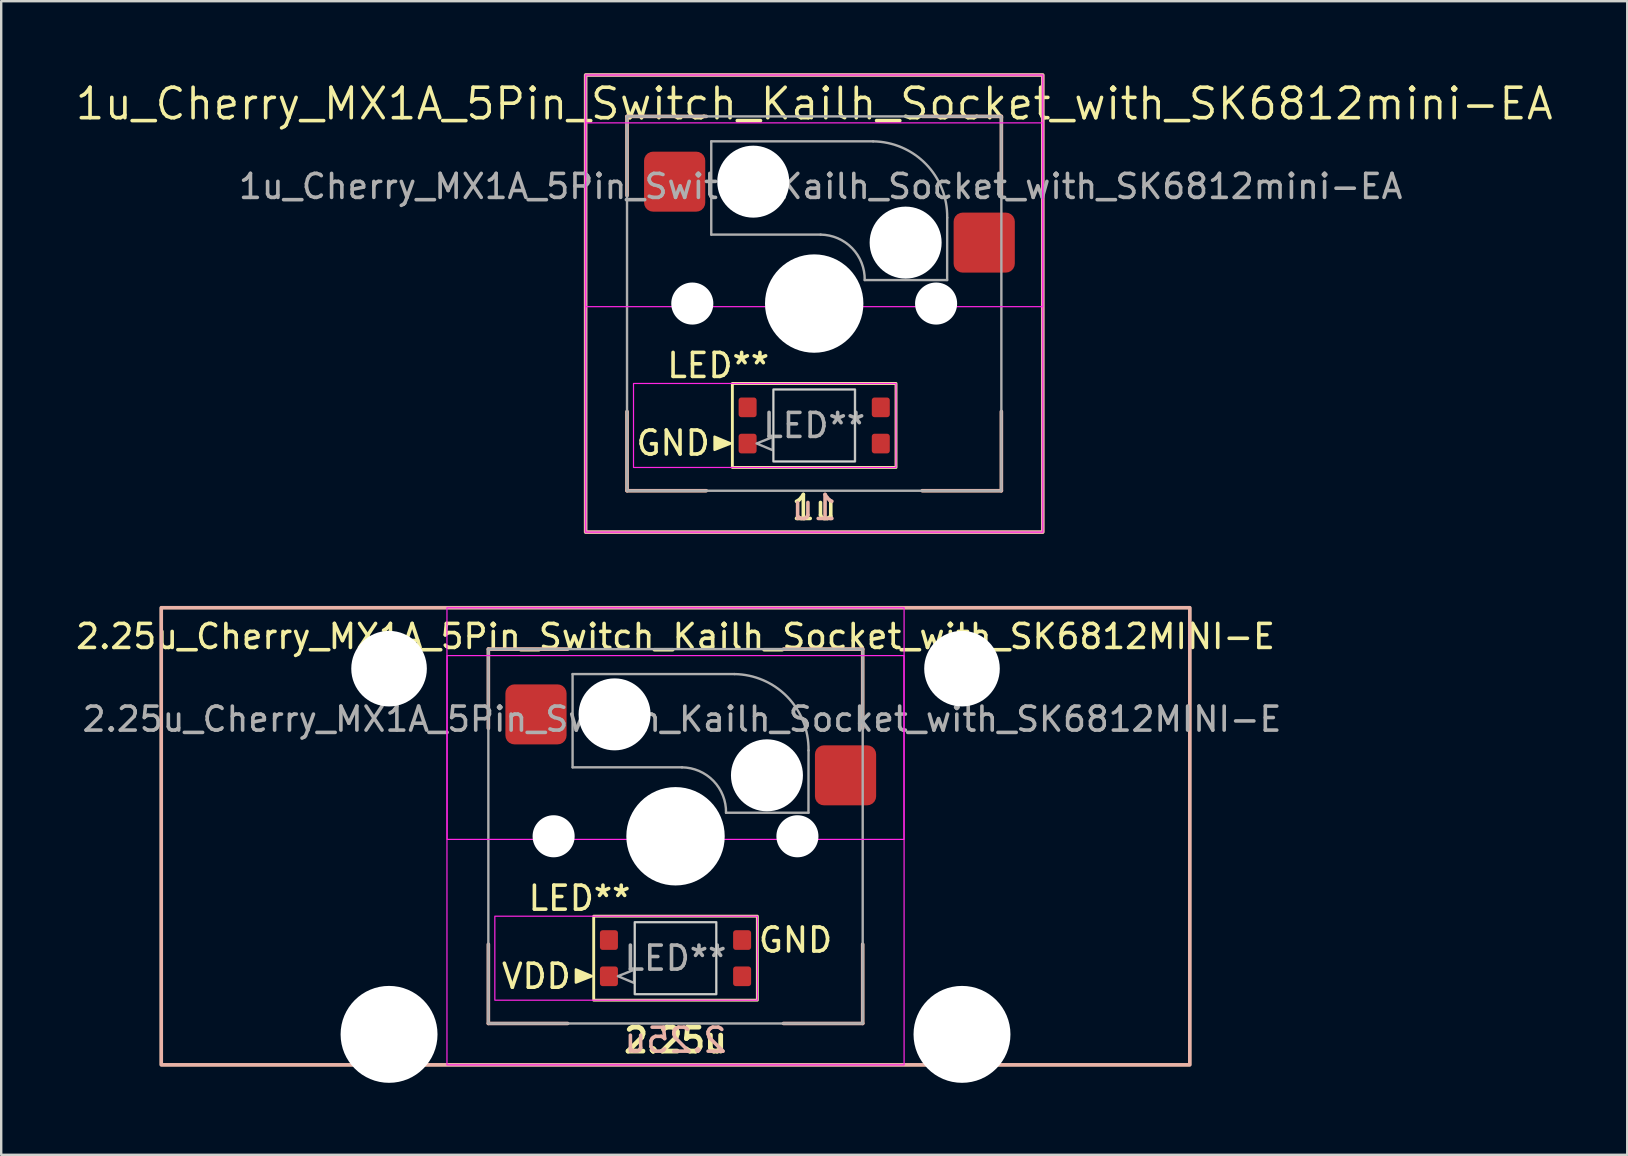
<source format=kicad_pcb>
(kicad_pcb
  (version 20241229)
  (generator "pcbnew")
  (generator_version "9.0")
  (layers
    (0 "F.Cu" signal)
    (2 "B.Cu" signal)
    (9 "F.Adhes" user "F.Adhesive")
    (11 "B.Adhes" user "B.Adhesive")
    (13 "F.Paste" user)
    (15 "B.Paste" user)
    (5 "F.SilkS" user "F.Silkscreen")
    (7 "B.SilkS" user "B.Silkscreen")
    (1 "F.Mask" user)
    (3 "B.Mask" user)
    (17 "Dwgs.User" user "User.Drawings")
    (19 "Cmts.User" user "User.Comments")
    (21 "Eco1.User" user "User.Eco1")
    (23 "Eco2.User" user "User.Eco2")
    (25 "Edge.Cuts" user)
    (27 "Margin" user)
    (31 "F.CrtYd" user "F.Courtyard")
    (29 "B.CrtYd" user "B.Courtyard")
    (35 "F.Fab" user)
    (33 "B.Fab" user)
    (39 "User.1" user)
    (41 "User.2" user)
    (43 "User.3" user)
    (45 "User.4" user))
  (footprint "2.25u_Cherry_MX1A_5Pin_Switch_Kailh_Socket_with_SK6812MINI-E"
    (layer "F.Cu")
    (at 25.101 31.8)
    (property "Reference" "2.25u_Cherry_MX1A_5Pin_Switch_Kailh_Socket_with_SK6812MINI-E" (at 0 -8.325 0) (layer "F.SilkS") (effects (font (size 1 1) (thickness 0.15))))
    (property "LED_Reference" "LED**" (at -4 2.58 0) (layer "F.SilkS") (effects (font (size 1 1) (thickness 0.15))))
    (property "Size" "2.25u" (at 0 8.5 0) (layer "F.SilkS") (effects (font (size 1 1) (thickness 0.2) (bold yes))))
    (attr smd)
    (fp_line (start -7.8 -7.8) (end -7.8 -4.5) (stroke (width 0.12) (type default)) (layer "F.SilkS"))
    (fp_line (start -7.8 -7.8) (end -4.5 -7.8) (stroke (width 0.12) (type default)) (layer "F.SilkS"))
    (fp_line (start -7.8 7.8) (end -7.8 4.5) (stroke (width 0.12) (type solid)) (layer "F.SilkS"))
    (fp_line (start -7.8 7.8) (end -4.5 7.8) (stroke (width 0.12) (type default)) (layer "F.SilkS"))
    (fp_line (start 7.8 -7.8) (end 4.5 -7.8) (stroke (width 0.12) (type default)) (layer "F.SilkS"))
    (fp_line (start 7.8 -7.8) (end 7.8 -4.5) (stroke (width 0.12) (type default)) (layer "F.SilkS"))
    (fp_line (start 7.8 7.8) (end 4.5 7.8) (stroke (width 0.12) (type default)) (layer "F.SilkS"))
    (fp_line (start 7.8 7.8) (end 7.8 4.5) (stroke (width 0.12) (type default)) (layer "F.SilkS"))
    (fp_rect (start -21.431 -9.525) (end 21.431 9.525) (stroke (width 0.12) (type default)) (fill no) (layer "F.SilkS"))
    (fp_rect (start -3.41 3.33) (end 3.41 6.83) (stroke (width 0.12) (type default)) (fill no) (layer "F.SilkS"))
    (fp_poly (pts (xy -3.48 5.83) (xy -4.153 5.547) (xy -4.153 5.55) (xy -4.153 6.097)) (stroke (width 0.1) (type solid)) (fill yes) (layer "F.SilkS"))
    (fp_line (start -7.8 -7.8) (end -7.8 -4.5) (stroke (width 0.15) (type default)) (layer "B.SilkS"))
    (fp_line (start -7.8 -7.8) (end -4.5 -7.8) (stroke (width 0.15) (type default)) (layer "B.SilkS"))
    (fp_line (start -7.8 7.8) (end -7.8 4.5) (stroke (width 0.15) (type default)) (layer "B.SilkS"))
    (fp_line (start -7.8 7.8) (end -4.5 7.8) (stroke (width 0.15) (type default)) (layer "B.SilkS"))
    (fp_line (start 7.8 -7.8) (end 4.5 -7.8) (stroke (width 0.15) (type default)) (layer "B.SilkS"))
    (fp_line (start 7.8 -7.8) (end 7.8 -4.5) (stroke (width 0.15) (type default)) (layer "B.SilkS"))
    (fp_line (start 7.8 7.8) (end 4.5 7.8) (stroke (width 0.15) (type default)) (layer "B.SilkS"))
    (fp_line (start 7.8 7.8) (end 7.8 4.5) (stroke (width 0.15) (type default)) (layer "B.SilkS"))
    (fp_rect (start -21.431 -9.525) (end 21.431 9.525) (stroke (width 0.15) (type default)) (fill no) (layer "B.SilkS"))
    (fp_rect (start -1.7 3.58) (end 1.7 6.58) (stroke (width 0.05) (type default)) (fill no) (layer "Edge.Cuts"))
    (fp_rect (start -9.525 -9.525) (end 9.525 9.525) (stroke (width 0.05) (type default)) (fill no) (layer "F.CrtYd"))
    (fp_rect (start -9.52 -7.53) (end 9.52 0.13) (stroke (width 0.05) (type default)) (fill no) (layer "F.CrtYd"))
    (fp_rect (start -7.53 3.33) (end 3.41 6.83) (stroke (width 0.05) (type default)) (fill no) (layer "F.CrtYd"))
    (fp_line (start -4.29 -2.873) (end -4.29 -6.759) (stroke (width 0.1) (type default)) (layer "F.Fab"))
    (fp_line (start 0.269 -2.873) (end -4.29 -2.873) (stroke (width 0.1) (type default)) (layer "F.Fab"))
    (fp_line (start 2.455 -6.759) (end -4.29 -6.759) (stroke (width 0.1) (type default)) (layer "F.Fab"))
    (fp_line (start 5.54 -0.98) (end 2.105 -0.98) (stroke (width 0.1) (type default)) (layer "F.Fab"))
    (fp_line (start 5.54 -0.98) (end 5.542 -3.577) (stroke (width 0.1) (type default)) (layer "F.Fab"))
    (fp_rect (start -7.8 -7.8) (end 7.8 7.8) (stroke (width 0.1) (type default)) (fill no) (layer "F.Fab"))
    (fp_rect (start -1.7 3.58) (end 1.7 6.58) (stroke (width 0.1) (type default)) (fill no) (layer "F.Fab"))
    (fp_arc (start 0.268782 -2.872715) (mid 1.580341 -2.308063) (end 2.105 -0.98) (stroke (width 0.1) (type default)) (layer "F.Fab"))
    (fp_arc (start 2.45495 -6.759322) (mid 4.66 -5.81) (end 5.542076 -3.577199) (stroke (width 0.1) (type default)) (layer "F.Fab"))
    (fp_poly (pts (xy -2.4 5.83) (xy -1.727 6.113) (xy -1.727 6.11) (xy -1.727 5.563)) (stroke (width 0.1) (type solid)) (fill no) (layer "F.Fab"))
    (fp_text user "GND" (at 5 4.325 0) (unlocked yes) (layer "F.SilkS") (effects (font (size 1 1) (thickness 0.15))))
    (fp_text user "VDD" (at -5.8 5.835 0) (unlocked yes) (layer "F.SilkS") (effects (font (size 1 1) (thickness 0.15))))
    (fp_text user "${Size}" (at 0 8.5 0) (unlocked yes) (layer "B.SilkS") (effects (font (size 1 1) (thickness 0.15)) (justify mirror)))
    (fp_text user "${LED_Reference}" (at 0 5.08 0) (unlocked yes) (layer "F.Fab") (effects (font (size 1 1) (thickness 0.15))))
    (fp_text user "${REFERENCE}" (at 0.269 -4.88 0) (layer "F.Fab") (effects (font (size 1 1) (thickness 0.15))))
    (pad "" np_thru_hole circle (at -11.938 -6.985) (size 3.15 3.15) (drill 3.15) (layers "*.Cu" "*.Mask"))
    (pad "" np_thru_hole circle (at -11.938 8.255) (size 4.039 4.039) (drill 4.039) (layers "*.Cu" "*.Mask"))
    (pad "" np_thru_hole circle (at -5.08 0) (size 1.753 1.753) (drill 1.753) (layers "*.Cu" "*.Mask"))
    (pad "" np_thru_hole circle (at -2.54 -5.08) (size 3 3) (drill 3) (layers "*.Cu" "*.Mask"))
    (pad "" np_thru_hole circle (at 0 0) (size 4.1 4.1) (drill 4.1) (layers "*.Cu" "*.Mask"))
    (pad "" np_thru_hole circle (at 3.81 -2.54) (size 3 3) (drill 3) (layers "*.Cu" "*.Mask"))
    (pad "" np_thru_hole circle (at 5.08 0) (size 1.753 1.753) (drill 1.753) (layers "*.Cu" "*.Mask"))
    (pad "" np_thru_hole circle (at 11.938 -6.985) (size 3.15 3.15) (drill 3.15) (layers "*.Cu" "*.Mask"))
    (pad "" np_thru_hole circle (at 11.938 8.255) (size 4.039 4.039) (drill 4.039) (layers "*.Cu" "*.Mask"))
    (pad "1" smd roundrect (at -2.775 5.835) (size 0.75 0.82) (layers "F.Cu" "F.Mask" "F.Paste") (roundrect_rratio 0.15))
    (pad "2" smd roundrect (at -2.775 4.325) (size 0.75 0.82) (layers "F.Cu" "F.Mask" "F.Paste") (roundrect_rratio 0.15))
    (pad "3" smd roundrect (at 2.775 4.325) (size 0.75 0.82) (layers "F.Cu" "F.Mask" "F.Paste") (roundrect_rratio 0.15))
    (pad "4" smd roundrect (at 2.775 5.835) (size 0.75 0.82) (layers "F.Cu" "F.Mask" "F.Paste") (roundrect_rratio 0.15))
    (pad "5" smd roundrect (at -5.815 -5.08) (size 2.55 2.5) (layers "F.Cu" "F.Mask" "F.Paste") (roundrect_rratio 0.15))
    (pad "6" smd roundrect (at 7.085 -2.54) (size 2.55 2.5) (layers "F.Cu" "F.Mask" "F.Paste") (roundrect_rratio 0.15)))
  (footprint "1u_Cherry_MX1A_5Pin_Switch_Kailh_Socket_with_SK6812mini-EA"
    (layer "F.Cu")
    (at 30.88 9.6)
    (property "Reference" "1u_Cherry_MX1A_5Pin_Switch_Kailh_Socket_with_SK6812mini-EA" (at 0 -8.325 0) (layer "F.SilkS") (effects (font (size 1.27 1.27) (thickness 0.15))))
    (property "LED_Reference" "LED**" (at -4 2.58 0) (layer "F.SilkS") (effects (font (size 1 1) (thickness 0.15))))
    (property "Size" "1u" (at 0 8.5 0) (layer "F.SilkS") (effects (font (size 1 1) (thickness 0.15))))
    (attr smd)
    (fp_line (start -7.8 -7.8) (end -7.8 -4.5) (stroke (width 0.12) (type default)) (layer "F.SilkS"))
    (fp_line (start -7.8 -7.8) (end -4.5 -7.8) (stroke (width 0.12) (type default)) (layer "F.SilkS"))
    (fp_line (start -7.8 7.8) (end -7.8 4.5) (stroke (width 0.12) (type solid)) (layer "F.SilkS"))
    (fp_line (start -7.8 7.8) (end -4.5 7.8) (stroke (width 0.12) (type default)) (layer "F.SilkS"))
    (fp_line (start 7.8 -7.8) (end 4.5 -7.8) (stroke (width 0.12) (type default)) (layer "F.SilkS"))
    (fp_line (start 7.8 -7.8) (end 7.8 -4.5) (stroke (width 0.12) (type default)) (layer "F.SilkS"))
    (fp_line (start 7.8 7.8) (end 4.5 7.8) (stroke (width 0.12) (type default)) (layer "F.SilkS"))
    (fp_line (start 7.8 7.8) (end 7.8 4.5) (stroke (width 0.12) (type default)) (layer "F.SilkS"))
    (fp_rect (start -9.525 -9.525) (end 9.525 9.525) (stroke (width 0.12) (type default)) (fill no) (layer "F.SilkS"))
    (fp_rect (start -3.41 3.33) (end 3.41 6.83) (stroke (width 0.12) (type default)) (fill no) (layer "F.SilkS"))
    (fp_poly (pts (xy -3.48 5.83) (xy -4.153 5.547) (xy -4.153 5.55) (xy -4.153 6.097)) (stroke (width 0.1) (type solid)) (fill yes) (layer "F.SilkS"))
    (fp_line (start -7.8 -7.8) (end -7.8 -4.5) (stroke (width 0.15) (type default)) (layer "B.SilkS"))
    (fp_line (start -7.8 -7.8) (end -4.5 -7.8) (stroke (width 0.15) (type default)) (layer "B.SilkS"))
    (fp_line (start -7.8 7.8) (end -7.8 4.5) (stroke (width 0.15) (type default)) (layer "B.SilkS"))
    (fp_line (start -7.8 7.8) (end -4.5 7.8) (stroke (width 0.15) (type default)) (layer "B.SilkS"))
    (fp_line (start 7.8 -7.8) (end 4.5 -7.8) (stroke (width 0.15) (type default)) (layer "B.SilkS"))
    (fp_line (start 7.8 -7.8) (end 7.8 -4.5) (stroke (width 0.15) (type default)) (layer "B.SilkS"))
    (fp_line (start 7.8 7.8) (end 4.5 7.8) (stroke (width 0.15) (type default)) (layer "B.SilkS"))
    (fp_line (start 7.8 7.8) (end 7.8 4.5) (stroke (width 0.15) (type default)) (layer "B.SilkS"))
    (fp_rect (start -9.525 -9.525) (end 9.525 9.525) (stroke (width 0.15) (type default)) (fill no) (layer "B.SilkS"))
    (fp_rect (start -1.7 3.58) (end 1.7 6.58) (stroke (width 0.05) (type default)) (fill no) (layer "Edge.Cuts"))
    (fp_rect (start -9.53 -7.53) (end 9.52 0.13) (stroke (width 0.05) (type default)) (fill no) (layer "F.CrtYd"))
    (fp_rect (start -9.525 -9.525) (end 9.525 9.525) (stroke (width 0.05) (type default)) (fill no) (layer "F.CrtYd"))
    (fp_rect (start -7.53 3.33) (end 3.41 6.83) (stroke (width 0.05) (type default)) (fill no) (layer "F.CrtYd"))
    (fp_line (start -4.29 -2.873) (end -4.29 -6.759) (stroke (width 0.1) (type default)) (layer "F.Fab"))
    (fp_line (start 0.269 -2.873) (end -4.29 -2.873) (stroke (width 0.1) (type default)) (layer "F.Fab"))
    (fp_line (start 2.455 -6.759) (end -4.29 -6.759) (stroke (width 0.1) (type default)) (layer "F.Fab"))
    (fp_line (start 5.54 -0.98) (end 2.105 -0.98) (stroke (width 0.1) (type default)) (layer "F.Fab"))
    (fp_line (start 5.54 -0.98) (end 5.542 -3.577) (stroke (width 0.1) (type default)) (layer "F.Fab"))
    (fp_rect (start -7.8 -7.8) (end 7.8 7.8) (stroke (width 0.1) (type default)) (fill no) (layer "F.Fab"))
    (fp_rect (start -1.7 3.58) (end 1.7 6.58) (stroke (width 0.1) (type default)) (fill no) (layer "F.Fab"))
    (fp_arc (start 0.268782 -2.872715) (mid 1.580341 -2.308063) (end 2.105 -0.98) (stroke (width 0.1) (type default)) (layer "F.Fab"))
    (fp_arc (start 2.45495 -6.759322) (mid 4.66 -5.81) (end 5.542076 -3.577199) (stroke (width 0.1) (type default)) (layer "F.Fab"))
    (fp_poly (pts (xy -2.4 5.83) (xy -1.727 6.113) (xy -1.727 6.11) (xy -1.727 5.563)) (stroke (width 0.1) (type solid)) (fill no) (layer "F.Fab"))
    (fp_text user "GND" (at -7.5 6.4 0) (unlocked yes) (layer "F.SilkS") (effects (font (size 1 1) (thickness 0.15)) (justify left bottom)))
    (fp_text user "${Size}" (at 0 8.5 0) (unlocked yes) (layer "B.SilkS") (effects (font (size 1 1) (thickness 0.15)) (justify mirror)))
    (fp_text user "${LED_Reference}" (at 0 5.08 0) (unlocked yes) (layer "F.Fab") (effects (font (size 1 1) (thickness 0.15))))
    (fp_text user "${REFERENCE}" (at 0.269 -4.88 0) (layer "F.Fab") (effects (font (size 1 1) (thickness 0.15))))
    (pad "" np_thru_hole circle (at -5.08 0) (size 1.753 1.753) (drill 1.753) (layers "*.Cu" "*.Mask"))
    (pad "" np_thru_hole circle (at -2.54 -5.08) (size 3 3) (drill 3) (layers "*.Cu" "*.Mask"))
    (pad "" np_thru_hole circle (at 0 0) (size 4.1 4.1) (drill 4.1) (layers "*.Cu" "*.Mask"))
    (pad "" np_thru_hole circle (at 3.81 -2.54) (size 3 3) (drill 3) (layers "*.Cu" "*.Mask"))
    (pad "" np_thru_hole circle (at 5.08 0) (size 1.753 1.753) (drill 1.753) (layers "*.Cu" "*.Mask"))
    (pad "1" smd roundrect (at -2.775 5.835) (size 0.75 0.82) (layers "F.Cu" "F.Mask" "F.Paste") (roundrect_rratio 0.15))
    (pad "2" smd roundrect (at -2.775 4.325) (size 0.75 0.82) (layers "F.Cu" "F.Mask" "F.Paste") (roundrect_rratio 0.15))
    (pad "3" smd roundrect (at 2.775 4.325) (size 0.75 0.82) (layers "F.Cu" "F.Mask" "F.Paste") (roundrect_rratio 0.15))
    (pad "4" smd roundrect (at 2.775 5.835) (size 0.75 0.82) (layers "F.Cu" "F.Mask" "F.Paste") (roundrect_rratio 0.15))
    (pad "5" smd roundrect (at -5.815 -5.08) (size 2.55 2.5) (layers "F.Cu" "F.Mask" "F.Paste") (roundrect_rratio 0.15))
    (pad "6" smd roundrect (at 7.085 -2.54) (size 2.55 2.5) (layers "F.Cu" "F.Mask" "F.Paste") (roundrect_rratio 0.15)))
  (gr_rect
    (start -3 -3)
    (end 64.761 45.074)
    (stroke (width 0.1) (type default))
    (fill no)
    (layer "Edge.Cuts")))
</source>
